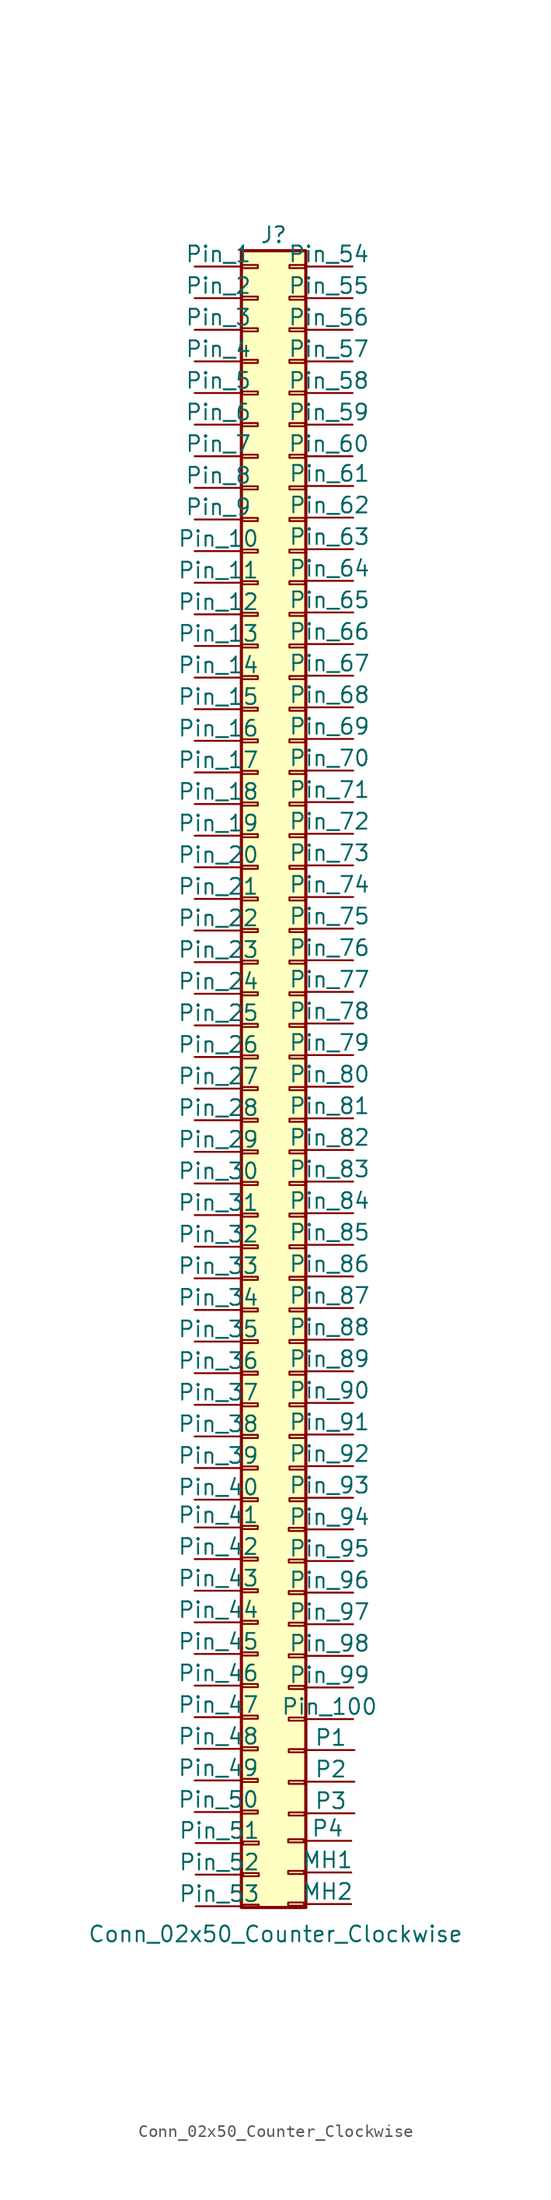
<source format=kicad_sym>
(kicad_symbol_lib
  (version 20211014)
  (generator kicad_symbol_editor)
  (symbol "Conn_02x50_Counter_Clockwise"
    (pin_numbers hide)
    (pin_names
      (offset 0))
    (property "Reference" "J"
      (at 1.27 50.8 0)
      (effects (font (size 1.27 1.27))))
    (property "Value" "Conn_02x50_Counter_Clockwise"
      (at 1.422 -85.7 0)
      (effects (font (size 1.27 1.27))))
    (symbol "Conn_02x50_Counter_Clockwise_1_1"
      (rectangle (start -1.321 49.53) (end 3.861 -83.566) (stroke (width 0.254) (type default) (color 0 0 0 0)) (fill (type background)))
      (rectangle (start -1.27 -75.768) (end 0 -76.022) (stroke (width 0.152) (type default) (color 0 0 0 0)) (fill (type none)))
      (rectangle (start -1.27 -73.228) (end 0 -73.482) (stroke (width 0.152) (type default) (color 0 0 0 0)) (fill (type none)))
      (rectangle (start -1.27 -70.688) (end 0 -70.942) (stroke (width 0.152) (type default) (color 0 0 0 0)) (fill (type none)))
      (rectangle (start -1.27 -68.148) (end 0 -68.402) (stroke (width 0.152) (type default) (color 0 0 0 0)) (fill (type none)))
      (rectangle (start -1.27 -65.608) (end 0 -65.862) (stroke (width 0.152) (type default) (color 0 0 0 0)) (fill (type none)))
      (rectangle (start -1.27 -63.068) (end 0 -63.322) (stroke (width 0.152) (type default) (color 0 0 0 0)) (fill (type none)))
      (rectangle (start -1.27 -60.528) (end 0 -60.782) (stroke (width 0.152) (type default) (color 0 0 0 0)) (fill (type none)))
      (rectangle (start -1.27 -57.988) (end 0 -58.242) (stroke (width 0.152) (type default) (color 0 0 0 0)) (fill (type none)))
      (rectangle (start -1.27 -55.448) (end 0 -55.702) (stroke (width 0.152) (type default) (color 0 0 0 0)) (fill (type none)))
      (rectangle (start -1.27 -52.908) (end 0 -53.162) (stroke (width 0.152) (type default) (color 0 0 0 0)) (fill (type none)))
      (rectangle (start -1.27 -50.673) (end 0 -50.927) (stroke (width 0.152) (type default) (color 0 0 0 0)) (fill (type none)))
      (rectangle (start -1.27 -48.133) (end 0 -48.387) (stroke (width 0.152) (type default) (color 0 0 0 0)) (fill (type none)))
      (rectangle (start -1.27 -45.593) (end 0 -45.847) (stroke (width 0.152) (type default) (color 0 0 0 0)) (fill (type none)))
      (rectangle (start -1.27 -43.053) (end 0 -43.307) (stroke (width 0.152) (type default) (color 0 0 0 0)) (fill (type none)))
      (rectangle (start -1.27 -40.513) (end 0 -40.767) (stroke (width 0.152) (type default) (color 0 0 0 0)) (fill (type none)))
      (rectangle (start -1.27 -37.973) (end 0 -38.227) (stroke (width 0.152) (type default) (color 0 0 0 0)) (fill (type none)))
      (rectangle (start -1.27 -35.433) (end 0 -35.687) (stroke (width 0.152) (type default) (color 0 0 0 0)) (fill (type none)))
      (rectangle (start -1.27 -32.893) (end 0 -33.147) (stroke (width 0.152) (type default) (color 0 0 0 0)) (fill (type none)))
      (rectangle (start -1.27 -30.353) (end 0 -30.607) (stroke (width 0.152) (type default) (color 0 0 0 0)) (fill (type none)))
      (rectangle (start -1.27 -27.813) (end 0 -28.067) (stroke (width 0.152) (type default) (color 0 0 0 0)) (fill (type none)))
      (rectangle (start -1.27 -25.273) (end 0 -25.527) (stroke (width 0.152) (type default) (color 0 0 0 0)) (fill (type none)))
      (rectangle (start -1.27 -22.733) (end 0 -22.987) (stroke (width 0.152) (type default) (color 0 0 0 0)) (fill (type none)))
      (rectangle (start -1.27 -20.193) (end 0 -20.447) (stroke (width 0.152) (type default) (color 0 0 0 0)) (fill (type none)))
      (rectangle (start -1.27 -17.653) (end 0 -17.907) (stroke (width 0.152) (type default) (color 0 0 0 0)) (fill (type none)))
      (rectangle (start -1.27 -15.113) (end 0 -15.367) (stroke (width 0.152) (type default) (color 0 0 0 0)) (fill (type none)))
      (rectangle (start -1.27 -12.573) (end 0 -12.827) (stroke (width 0.152) (type default) (color 0 0 0 0)) (fill (type none)))
      (rectangle (start -1.27 -10.033) (end 0 -10.287) (stroke (width 0.152) (type default) (color 0 0 0 0)) (fill (type none)))
      (rectangle (start -1.27 -7.493) (end 0 -7.747) (stroke (width 0.152) (type default) (color 0 0 0 0)) (fill (type none)))
      (rectangle (start -1.27 -4.953) (end 0 -5.207) (stroke (width 0.152) (type default) (color 0 0 0 0)) (fill (type none)))
      (rectangle (start -1.27 -2.413) (end 0 -2.667) (stroke (width 0.152) (type default) (color 0 0 0 0)) (fill (type none)))
      (rectangle (start -1.27 0.127) (end 0 -0.127) (stroke (width 0.152) (type default) (color 0 0 0 0)) (fill (type none)))
      (rectangle (start -1.27 2.667) (end 0 2.413) (stroke (width 0.152) (type default) (color 0 0 0 0)) (fill (type none)))
      (rectangle (start -1.27 5.207) (end 0 4.953) (stroke (width 0.152) (type default) (color 0 0 0 0)) (fill (type none)))
      (rectangle (start -1.27 7.747) (end 0 7.493) (stroke (width 0.152) (type default) (color 0 0 0 0)) (fill (type none)))
      (rectangle (start -1.27 10.287) (end 0 10.033) (stroke (width 0.152) (type default) (color 0 0 0 0)) (fill (type none)))
      (rectangle (start -1.27 12.827) (end 0 12.573) (stroke (width 0.152) (type default) (color 0 0 0 0)) (fill (type none)))
      (rectangle (start -1.27 15.367) (end 0 15.113) (stroke (width 0.152) (type default) (color 0 0 0 0)) (fill (type none)))
      (rectangle (start -1.27 17.907) (end 0 17.653) (stroke (width 0.152) (type default) (color 0 0 0 0)) (fill (type none)))
      (rectangle (start -1.27 20.447) (end 0 20.193) (stroke (width 0.152) (type default) (color 0 0 0 0)) (fill (type none)))
      (rectangle (start -1.27 22.987) (end 0 22.733) (stroke (width 0.152) (type default) (color 0 0 0 0)) (fill (type none)))
      (rectangle (start -1.27 25.527) (end 0 25.273) (stroke (width 0.152) (type default) (color 0 0 0 0)) (fill (type none)))
      (rectangle (start -1.27 28.067) (end 0 27.813) (stroke (width 0.152) (type default) (color 0 0 0 0)) (fill (type none)))
      (rectangle (start -1.27 30.607) (end 0 30.353) (stroke (width 0.152) (type default) (color 0 0 0 0)) (fill (type none)))
      (rectangle (start -1.27 33.147) (end 0 32.893) (stroke (width 0.152) (type default) (color 0 0 0 0)) (fill (type none)))
      (rectangle (start -1.27 35.687) (end 0 35.433) (stroke (width 0.152) (type default) (color 0 0 0 0)) (fill (type none)))
      (rectangle (start -1.27 38.227) (end 0 37.973) (stroke (width 0.152) (type default) (color 0 0 0 0)) (fill (type none)))
      (rectangle (start -1.27 40.767) (end 0 40.513) (stroke (width 0.152) (type default) (color 0 0 0 0)) (fill (type none)))
      (rectangle (start -1.27 43.307) (end 0 43.053) (stroke (width 0.152) (type default) (color 0 0 0 0)) (fill (type none)))
      (rectangle (start -1.27 45.847) (end 0 45.593) (stroke (width 0.152) (type default) (color 0 0 0 0)) (fill (type none)))
      (rectangle (start -1.27 48.387) (end 0 48.133) (stroke (width 0.152) (type default) (color 0 0 0 0)) (fill (type none)))
      (rectangle (start -1.194 -83.337) (end 0.076 -83.591) (stroke (width 0.152) (type default) (color 0 0 0 0)) (fill (type none)))
      (rectangle (start -1.194 -80.797) (end 0.076 -81.051) (stroke (width 0.152) (type default) (color 0 0 0 0)) (fill (type none)))
      (rectangle (start -1.194 -78.257) (end 0.076 -78.511) (stroke (width 0.152) (type default) (color 0 0 0 0)) (fill (type none)))
      (rectangle (start 3.708 -83.414) (end 2.438 -83.16) (stroke (width 0.152) (type default) (color 0 0 0 0)) (fill (type none)))
      (rectangle (start 3.708 -80.874) (end 2.438 -80.62) (stroke (width 0.152) (type default) (color 0 0 0 0)) (fill (type none)))
      (rectangle (start 3.708 -78.334) (end 2.438 -78.08) (stroke (width 0.152) (type default) (color 0 0 0 0)) (fill (type none)))
      (rectangle (start 3.759 -76.175) (end 2.489 -75.921) (stroke (width 0.152) (type default) (color 0 0 0 0)) (fill (type none)))
      (rectangle (start 3.759 -73.635) (end 2.489 -73.381) (stroke (width 0.152) (type default) (color 0 0 0 0)) (fill (type none)))
      (rectangle (start 3.759 -71.095) (end 2.489 -70.841) (stroke (width 0.152) (type default) (color 0 0 0 0)) (fill (type none)))
      (rectangle (start 3.759 -68.555) (end 2.489 -68.301) (stroke (width 0.152) (type default) (color 0 0 0 0)) (fill (type none)))
      (rectangle (start 3.759 -66.015) (end 2.489 -65.761) (stroke (width 0.152) (type default) (color 0 0 0 0)) (fill (type none)))
      (rectangle (start 3.759 -63.475) (end 2.489 -63.221) (stroke (width 0.152) (type default) (color 0 0 0 0)) (fill (type none)))
      (rectangle (start 3.759 -60.935) (end 2.489 -60.681) (stroke (width 0.152) (type default) (color 0 0 0 0)) (fill (type none)))
      (rectangle (start 3.759 -58.395) (end 2.489 -58.141) (stroke (width 0.152) (type default) (color 0 0 0 0)) (fill (type none)))
      (rectangle (start 3.759 -55.855) (end 2.489 -55.601) (stroke (width 0.152) (type default) (color 0 0 0 0)) (fill (type none)))
      (rectangle (start 3.759 -53.315) (end 2.489 -53.061) (stroke (width 0.152) (type default) (color 0 0 0 0)) (fill (type none)))
      (rectangle (start 3.81 -50.673) (end 2.54 -50.927) (stroke (width 0.152) (type default) (color 0 0 0 0)) (fill (type none)))
      (rectangle (start 3.81 -48.133) (end 2.54 -48.387) (stroke (width 0.152) (type default) (color 0 0 0 0)) (fill (type none)))
      (rectangle (start 3.81 -45.593) (end 2.54 -45.847) (stroke (width 0.152) (type default) (color 0 0 0 0)) (fill (type none)))
      (rectangle (start 3.81 -43.053) (end 2.54 -43.307) (stroke (width 0.152) (type default) (color 0 0 0 0)) (fill (type none)))
      (rectangle (start 3.81 -40.513) (end 2.54 -40.767) (stroke (width 0.152) (type default) (color 0 0 0 0)) (fill (type none)))
      (rectangle (start 3.81 -37.973) (end 2.54 -38.227) (stroke (width 0.152) (type default) (color 0 0 0 0)) (fill (type none)))
      (rectangle (start 3.81 -35.433) (end 2.54 -35.687) (stroke (width 0.152) (type default) (color 0 0 0 0)) (fill (type none)))
      (rectangle (start 3.81 -32.893) (end 2.54 -33.147) (stroke (width 0.152) (type default) (color 0 0 0 0)) (fill (type none)))
      (rectangle (start 3.81 -30.353) (end 2.54 -30.607) (stroke (width 0.152) (type default) (color 0 0 0 0)) (fill (type none)))
      (rectangle (start 3.81 -27.813) (end 2.54 -28.067) (stroke (width 0.152) (type default) (color 0 0 0 0)) (fill (type none)))
      (rectangle (start 3.81 -25.273) (end 2.54 -25.527) (stroke (width 0.152) (type default) (color 0 0 0 0)) (fill (type none)))
      (rectangle (start 3.81 -22.733) (end 2.54 -22.987) (stroke (width 0.152) (type default) (color 0 0 0 0)) (fill (type none)))
      (rectangle (start 3.81 -20.193) (end 2.54 -20.447) (stroke (width 0.152) (type default) (color 0 0 0 0)) (fill (type none)))
      (rectangle (start 3.81 -17.653) (end 2.54 -17.907) (stroke (width 0.152) (type default) (color 0 0 0 0)) (fill (type none)))
      (rectangle (start 3.81 -15.113) (end 2.54 -15.367) (stroke (width 0.152) (type default) (color 0 0 0 0)) (fill (type none)))
      (rectangle (start 3.81 -12.573) (end 2.54 -12.827) (stroke (width 0.152) (type default) (color 0 0 0 0)) (fill (type none)))
      (rectangle (start 3.81 -10.033) (end 2.54 -10.287) (stroke (width 0.152) (type default) (color 0 0 0 0)) (fill (type none)))
      (rectangle (start 3.81 -7.493) (end 2.54 -7.747) (stroke (width 0.152) (type default) (color 0 0 0 0)) (fill (type none)))
      (rectangle (start 3.81 -4.953) (end 2.54 -5.207) (stroke (width 0.152) (type default) (color 0 0 0 0)) (fill (type none)))
      (rectangle (start 3.81 -2.413) (end 2.54 -2.667) (stroke (width 0.152) (type default) (color 0 0 0 0)) (fill (type none)))
      (rectangle (start 3.81 0.127) (end 2.54 -0.127) (stroke (width 0.152) (type default) (color 0 0 0 0)) (fill (type none)))
      (rectangle (start 3.81 2.667) (end 2.54 2.413) (stroke (width 0.152) (type default) (color 0 0 0 0)) (fill (type none)))
      (rectangle (start 3.81 5.207) (end 2.54 4.953) (stroke (width 0.152) (type default) (color 0 0 0 0)) (fill (type none)))
      (rectangle (start 3.81 7.747) (end 2.54 7.493) (stroke (width 0.152) (type default) (color 0 0 0 0)) (fill (type none)))
      (rectangle (start 3.81 10.287) (end 2.54 10.033) (stroke (width 0.152) (type default) (color 0 0 0 0)) (fill (type none)))
      (rectangle (start 3.81 12.827) (end 2.54 12.573) (stroke (width 0.152) (type default) (color 0 0 0 0)) (fill (type none)))
      (rectangle (start 3.81 15.367) (end 2.54 15.113) (stroke (width 0.152) (type default) (color 0 0 0 0)) (fill (type none)))
      (rectangle (start 3.81 17.907) (end 2.54 17.653) (stroke (width 0.152) (type default) (color 0 0 0 0)) (fill (type none)))
      (rectangle (start 3.81 20.447) (end 2.54 20.193) (stroke (width 0.152) (type default) (color 0 0 0 0)) (fill (type none)))
      (rectangle (start 3.81 22.987) (end 2.54 22.733) (stroke (width 0.152) (type default) (color 0 0 0 0)) (fill (type none)))
      (rectangle (start 3.81 25.527) (end 2.54 25.273) (stroke (width 0.152) (type default) (color 0 0 0 0)) (fill (type none)))
      (rectangle (start 3.81 28.067) (end 2.54 27.813) (stroke (width 0.152) (type default) (color 0 0 0 0)) (fill (type none)))
      (rectangle (start 3.81 30.607) (end 2.54 30.353) (stroke (width 0.152) (type default) (color 0 0 0 0)) (fill (type none)))
      (rectangle (start 3.81 33.147) (end 2.54 32.893) (stroke (width 0.152) (type default) (color 0 0 0 0)) (fill (type none)))
      (rectangle (start 3.81 35.687) (end 2.54 35.433) (stroke (width 0.152) (type default) (color 0 0 0 0)) (fill (type none)))
      (rectangle (start 3.81 38.227) (end 2.54 37.973) (stroke (width 0.152) (type default) (color 0 0 0 0)) (fill (type none)))
      (rectangle (start 3.81 40.767) (end 2.54 40.513) (stroke (width 0.152) (type default) (color 0 0 0 0)) (fill (type none)))
      (rectangle (start 3.81 43.307) (end 2.54 43.053) (stroke (width 0.152) (type default) (color 0 0 0 0)) (fill (type none)))
      (rectangle (start 3.81 45.847) (end 2.54 45.593) (stroke (width 0.152) (type default) (color 0 0 0 0)) (fill (type none)))
      (rectangle (start 3.81 48.387) (end 2.54 48.133) (stroke (width 0.152) (type default) (color 0 0 0 0)) (fill (type none)))
      (pin passive line (at -5.08 48.26 0) (length 3.81) (name "Pin_1" (effects (font (size 1.27 1.27)))) (number "1" (effects (font (size 1.27 1.27)))))
      (pin passive line (at -5.08 25.4 0) (length 3.81) (name "Pin_10" (effects (font (size 1.27 1.27)))) (number "10" (effects (font (size 1.27 1.27)))))
      (pin passive line (at 7.671 -68.428 180) (length 3.81) (name "Pin_100" (effects (font (size 1.27 1.27)))) (number "100" (effects (font (size 1.27 1.27)))))
      (pin passive line (at 7.772 -70.917 180) (length 3.81) (name "P1" (effects (font (size 1.27 1.27)))) (number "101" (effects (font (size 1.27 1.27)))))
      (pin passive line (at 7.772 -73.457 180) (length 3.81) (name "P2" (effects (font (size 1.27 1.27)))) (number "102" (effects (font (size 1.27 1.27)))))
      (pin passive line (at 7.772 -75.997 180) (length 3.81) (name "P3" (effects (font (size 1.27 1.27)))) (number "103" (effects (font (size 1.27 1.27)))))
      (pin passive line (at 7.518 -78.207 180) (length 3.81) (name "P4" (effects (font (size 1.27 1.27)))) (number "104" (effects (font (size 1.27 1.27)))))
      (pin passive line (at 7.518 -80.747 180) (length 3.81) (name "MH1" (effects (font (size 1.27 1.27)))) (number "105" (effects (font (size 1.27 1.27)))))
      (pin passive line (at 7.518 -83.287 180) (length 3.81) (name "MH2" (effects (font (size 1.27 1.27)))) (number "106" (effects (font (size 1.27 1.27)))))
      (pin passive line (at -5.08 22.86 0) (length 3.81) (name "Pin_11" (effects (font (size 1.27 1.27)))) (number "11" (effects (font (size 1.27 1.27)))))
      (pin passive line (at -5.08 20.32 0) (length 3.81) (name "Pin_12" (effects (font (size 1.27 1.27)))) (number "12" (effects (font (size 1.27 1.27)))))
      (pin passive line (at -5.08 17.78 0) (length 3.81) (name "Pin_13" (effects (font (size 1.27 1.27)))) (number "13" (effects (font (size 1.27 1.27)))))
      (pin passive line (at -5.08 15.24 0) (length 3.81) (name "Pin_14" (effects (font (size 1.27 1.27)))) (number "14" (effects (font (size 1.27 1.27)))))
      (pin passive line (at -5.08 12.7 0) (length 3.81) (name "Pin_15" (effects (font (size 1.27 1.27)))) (number "15" (effects (font (size 1.27 1.27)))))
      (pin passive line (at -5.08 10.16 0) (length 3.81) (name "Pin_16" (effects (font (size 1.27 1.27)))) (number "16" (effects (font (size 1.27 1.27)))))
      (pin passive line (at -5.08 7.62 0) (length 3.81) (name "Pin_17" (effects (font (size 1.27 1.27)))) (number "17" (effects (font (size 1.27 1.27)))))
      (pin passive line (at -5.08 5.08 0) (length 3.81) (name "Pin_18" (effects (font (size 1.27 1.27)))) (number "18" (effects (font (size 1.27 1.27)))))
      (pin passive line (at -5.08 2.54 0) (length 3.81) (name "Pin_19" (effects (font (size 1.27 1.27)))) (number "19" (effects (font (size 1.27 1.27)))))
      (pin passive line (at -5.08 45.72 0) (length 3.81) (name "Pin_2" (effects (font (size 1.27 1.27)))) (number "2" (effects (font (size 1.27 1.27)))))
      (pin passive line (at -5.08 0 0) (length 3.81) (name "Pin_20" (effects (font (size 1.27 1.27)))) (number "20" (effects (font (size 1.27 1.27)))))
      (pin passive line (at -5.08 -2.54 0) (length 3.81) (name "Pin_21" (effects (font (size 1.27 1.27)))) (number "21" (effects (font (size 1.27 1.27)))))
      (pin passive line (at -5.08 -5.08 0) (length 3.81) (name "Pin_22" (effects (font (size 1.27 1.27)))) (number "22" (effects (font (size 1.27 1.27)))))
      (pin passive line (at -5.08 -7.62 0) (length 3.81) (name "Pin_23" (effects (font (size 1.27 1.27)))) (number "23" (effects (font (size 1.27 1.27)))))
      (pin passive line (at -5.08 -10.16 0) (length 3.81) (name "Pin_24" (effects (font (size 1.27 1.27)))) (number "24" (effects (font (size 1.27 1.27)))))
      (pin passive line (at -5.08 -12.7 0) (length 3.81) (name "Pin_25" (effects (font (size 1.27 1.27)))) (number "25" (effects (font (size 1.27 1.27)))))
      (pin passive line (at -5.08 -15.24 0) (length 3.81) (name "Pin_26" (effects (font (size 1.27 1.27)))) (number "26" (effects (font (size 1.27 1.27)))))
      (pin passive line (at -5.08 -17.78 0) (length 3.81) (name "Pin_27" (effects (font (size 1.27 1.27)))) (number "27" (effects (font (size 1.27 1.27)))))
      (pin passive line (at -5.08 -20.32 0) (length 3.81) (name "Pin_28" (effects (font (size 1.27 1.27)))) (number "28" (effects (font (size 1.27 1.27)))))
      (pin passive line (at -5.08 -22.86 0) (length 3.81) (name "Pin_29" (effects (font (size 1.27 1.27)))) (number "29" (effects (font (size 1.27 1.27)))))
      (pin passive line (at -5.08 43.18 0) (length 3.81) (name "Pin_3" (effects (font (size 1.27 1.27)))) (number "3" (effects (font (size 1.27 1.27)))))
      (pin passive line (at -5.08 -25.4 0) (length 3.81) (name "Pin_30" (effects (font (size 1.27 1.27)))) (number "30" (effects (font (size 1.27 1.27)))))
      (pin passive line (at -5.08 -27.94 0) (length 3.81) (name "Pin_31" (effects (font (size 1.27 1.27)))) (number "31" (effects (font (size 1.27 1.27)))))
      (pin passive line (at -5.08 -30.48 0) (length 3.81) (name "Pin_32" (effects (font (size 1.27 1.27)))) (number "32" (effects (font (size 1.27 1.27)))))
      (pin passive line (at -5.08 -33.02 0) (length 3.81) (name "Pin_33" (effects (font (size 1.27 1.27)))) (number "33" (effects (font (size 1.27 1.27)))))
      (pin passive line (at -5.08 -35.56 0) (length 3.81) (name "Pin_34" (effects (font (size 1.27 1.27)))) (number "34" (effects (font (size 1.27 1.27)))))
      (pin passive line (at -5.08 -38.1 0) (length 3.81) (name "Pin_35" (effects (font (size 1.27 1.27)))) (number "35" (effects (font (size 1.27 1.27)))))
      (pin passive line (at -5.08 -40.64 0) (length 3.81) (name "Pin_36" (effects (font (size 1.27 1.27)))) (number "36" (effects (font (size 1.27 1.27)))))
      (pin passive line (at -5.08 -43.18 0) (length 3.81) (name "Pin_37" (effects (font (size 1.27 1.27)))) (number "37" (effects (font (size 1.27 1.27)))))
      (pin passive line (at -5.08 -45.72 0) (length 3.81) (name "Pin_38" (effects (font (size 1.27 1.27)))) (number "38" (effects (font (size 1.27 1.27)))))
      (pin passive line (at -5.08 -48.26 0) (length 3.81) (name "Pin_39" (effects (font (size 1.27 1.27)))) (number "39" (effects (font (size 1.27 1.27)))))
      (pin passive line (at -5.08 40.64 0) (length 3.81) (name "Pin_4" (effects (font (size 1.27 1.27)))) (number "4" (effects (font (size 1.27 1.27)))))
      (pin passive line (at -5.08 -50.8 0) (length 3.81) (name "Pin_40" (effects (font (size 1.27 1.27)))) (number "40" (effects (font (size 1.27 1.27)))))
      (pin passive line (at -5.08 -53.035 0) (length 3.81) (name "Pin_41" (effects (font (size 1.27 1.27)))) (number "41" (effects (font (size 1.27 1.27)))))
      (pin passive line (at -5.08 -55.575 0) (length 3.81) (name "Pin_42" (effects (font (size 1.27 1.27)))) (number "42" (effects (font (size 1.27 1.27)))))
      (pin passive line (at -5.08 -58.115 0) (length 3.81) (name "Pin_43" (effects (font (size 1.27 1.27)))) (number "43" (effects (font (size 1.27 1.27)))))
      (pin passive line (at -5.08 -60.655 0) (length 3.81) (name "Pin_44" (effects (font (size 1.27 1.27)))) (number "44" (effects (font (size 1.27 1.27)))))
      (pin passive line (at -5.08 -63.195 0) (length 3.81) (name "Pin_45" (effects (font (size 1.27 1.27)))) (number "45" (effects (font (size 1.27 1.27)))))
      (pin passive line (at -5.08 -65.735 0) (length 3.81) (name "Pin_46" (effects (font (size 1.27 1.27)))) (number "46" (effects (font (size 1.27 1.27)))))
      (pin passive line (at -5.08 -68.275 0) (length 3.81) (name "Pin_47" (effects (font (size 1.27 1.27)))) (number "47" (effects (font (size 1.27 1.27)))))
      (pin passive line (at -5.08 -70.815 0) (length 3.81) (name "Pin_48" (effects (font (size 1.27 1.27)))) (number "48" (effects (font (size 1.27 1.27)))))
      (pin passive line (at -5.08 -73.355 0) (length 3.81) (name "Pin_49" (effects (font (size 1.27 1.27)))) (number "49" (effects (font (size 1.27 1.27)))))
      (pin passive line (at -5.08 38.1 0) (length 3.81) (name "Pin_5" (effects (font (size 1.27 1.27)))) (number "5" (effects (font (size 1.27 1.27)))))
      (pin passive line (at -5.08 -75.895 0) (length 3.81) (name "Pin_50" (effects (font (size 1.27 1.27)))) (number "50" (effects (font (size 1.27 1.27)))))
      (pin passive line (at -5.004 -78.384 0) (length 3.81) (name "Pin_51" (effects (font (size 1.27 1.27)))) (number "51" (effects (font (size 1.27 1.27)))))
      (pin passive line (at -5.004 -80.924 0) (length 3.81) (name "Pin_52" (effects (font (size 1.27 1.27)))) (number "52" (effects (font (size 1.27 1.27)))))
      (pin passive line (at -5.004 -83.464 0) (length 3.81) (name "Pin_53" (effects (font (size 1.27 1.27)))) (number "53" (effects (font (size 1.27 1.27)))))
      (pin passive line (at 7.62 48.26 180) (length 3.81) (name "Pin_54" (effects (font (size 1.27 1.27)))) (number "54" (effects (font (size 1.27 1.27)))))
      (pin passive line (at 7.62 45.72 180) (length 3.81) (name "Pin_55" (effects (font (size 1.27 1.27)))) (number "55" (effects (font (size 1.27 1.27)))))
      (pin passive line (at 7.62 43.18 180) (length 3.81) (name "Pin_56" (effects (font (size 1.27 1.27)))) (number "56" (effects (font (size 1.27 1.27)))))
      (pin passive line (at 7.62 40.64 180) (length 3.81) (name "Pin_57" (effects (font (size 1.27 1.27)))) (number "57" (effects (font (size 1.27 1.27)))))
      (pin passive line (at 7.62 38.1 180) (length 3.81) (name "Pin_58" (effects (font (size 1.27 1.27)))) (number "58" (effects (font (size 1.27 1.27)))))
      (pin passive line (at 7.62 35.56 180) (length 3.81) (name "Pin_59" (effects (font (size 1.27 1.27)))) (number "59" (effects (font (size 1.27 1.27)))))
      (pin passive line (at -5.08 35.56 0) (length 3.81) (name "Pin_6" (effects (font (size 1.27 1.27)))) (number "6" (effects (font (size 1.27 1.27)))))
      (pin passive line (at 7.62 33.02 180) (length 3.81) (name "Pin_60" (effects (font (size 1.27 1.27)))) (number "60" (effects (font (size 1.27 1.27)))))
      (pin passive line (at 7.671 30.632 180) (length 3.81) (name "Pin_61" (effects (font (size 1.27 1.27)))) (number "61" (effects (font (size 1.27 1.27)))))
      (pin passive line (at 7.671 28.092 180) (length 3.81) (name "Pin_62" (effects (font (size 1.27 1.27)))) (number "62" (effects (font (size 1.27 1.27)))))
      (pin passive line (at 7.671 25.552 180) (length 3.81) (name "Pin_63" (effects (font (size 1.27 1.27)))) (number "63" (effects (font (size 1.27 1.27)))))
      (pin passive line (at 7.671 23.012 180) (length 3.81) (name "Pin_64" (effects (font (size 1.27 1.27)))) (number "64" (effects (font (size 1.27 1.27)))))
      (pin passive line (at 7.671 20.472 180) (length 3.81) (name "Pin_65" (effects (font (size 1.27 1.27)))) (number "65" (effects (font (size 1.27 1.27)))))
      (pin passive line (at 7.671 17.932 180) (length 3.81) (name "Pin_66" (effects (font (size 1.27 1.27)))) (number "66" (effects (font (size 1.27 1.27)))))
      (pin passive line (at 7.671 15.392 180) (length 3.81) (name "Pin_67" (effects (font (size 1.27 1.27)))) (number "67" (effects (font (size 1.27 1.27)))))
      (pin passive line (at 7.671 12.852 180) (length 3.81) (name "Pin_68" (effects (font (size 1.27 1.27)))) (number "68" (effects (font (size 1.27 1.27)))))
      (pin passive line (at 7.671 10.312 180) (length 3.81) (name "Pin_69" (effects (font (size 1.27 1.27)))) (number "69" (effects (font (size 1.27 1.27)))))
      (pin passive line (at -5.08 33.02 0) (length 3.81) (name "Pin_7" (effects (font (size 1.27 1.27)))) (number "7" (effects (font (size 1.27 1.27)))))
      (pin passive line (at 7.671 7.772 180) (length 3.81) (name "Pin_70" (effects (font (size 1.27 1.27)))) (number "70" (effects (font (size 1.27 1.27)))))
      (pin passive line (at 7.671 5.232 180) (length 3.81) (name "Pin_71" (effects (font (size 1.27 1.27)))) (number "71" (effects (font (size 1.27 1.27)))))
      (pin passive line (at 7.671 2.692 180) (length 3.81) (name "Pin_72" (effects (font (size 1.27 1.27)))) (number "72" (effects (font (size 1.27 1.27)))))
      (pin passive line (at 7.671 0.152 180) (length 3.81) (name "Pin_73" (effects (font (size 1.27 1.27)))) (number "73" (effects (font (size 1.27 1.27)))))
      (pin passive line (at 7.671 -2.388 180) (length 3.81) (name "Pin_74" (effects (font (size 1.27 1.27)))) (number "74" (effects (font (size 1.27 1.27)))))
      (pin passive line (at 7.671 -4.928 180) (length 3.81) (name "Pin_75" (effects (font (size 1.27 1.27)))) (number "75" (effects (font (size 1.27 1.27)))))
      (pin passive line (at 7.671 -7.468 180) (length 3.81) (name "Pin_76" (effects (font (size 1.27 1.27)))) (number "76" (effects (font (size 1.27 1.27)))))
      (pin passive line (at 7.671 -10.008 180) (length 3.81) (name "Pin_77" (effects (font (size 1.27 1.27)))) (number "77" (effects (font (size 1.27 1.27)))))
      (pin passive line (at 7.671 -12.548 180) (length 3.81) (name "Pin_78" (effects (font (size 1.27 1.27)))) (number "78" (effects (font (size 1.27 1.27)))))
      (pin passive line (at 7.671 -15.088 180) (length 3.81) (name "Pin_79" (effects (font (size 1.27 1.27)))) (number "79" (effects (font (size 1.27 1.27)))))
      (pin passive line (at -5.08 30.48 0) (length 3.81) (name "Pin_8" (effects (font (size 1.27 1.27)))) (number "8" (effects (font (size 1.27 1.27)))))
      (pin passive line (at 7.671 -17.628 180) (length 3.81) (name "Pin_80" (effects (font (size 1.27 1.27)))) (number "80" (effects (font (size 1.27 1.27)))))
      (pin passive line (at 7.671 -20.168 180) (length 3.81) (name "Pin_81" (effects (font (size 1.27 1.27)))) (number "81" (effects (font (size 1.27 1.27)))))
      (pin passive line (at 7.671 -22.708 180) (length 3.81) (name "Pin_82" (effects (font (size 1.27 1.27)))) (number "82" (effects (font (size 1.27 1.27)))))
      (pin passive line (at 7.671 -25.248 180) (length 3.81) (name "Pin_83" (effects (font (size 1.27 1.27)))) (number "83" (effects (font (size 1.27 1.27)))))
      (pin passive line (at 7.671 -27.788 180) (length 3.81) (name "Pin_84" (effects (font (size 1.27 1.27)))) (number "84" (effects (font (size 1.27 1.27)))))
      (pin passive line (at 7.671 -30.328 180) (length 3.81) (name "Pin_85" (effects (font (size 1.27 1.27)))) (number "85" (effects (font (size 1.27 1.27)))))
      (pin passive line (at 7.671 -32.868 180) (length 3.81) (name "Pin_86" (effects (font (size 1.27 1.27)))) (number "86" (effects (font (size 1.27 1.27)))))
      (pin passive line (at 7.671 -35.408 180) (length 3.81) (name "Pin_87" (effects (font (size 1.27 1.27)))) (number "87" (effects (font (size 1.27 1.27)))))
      (pin passive line (at 7.671 -37.948 180) (length 3.81) (name "Pin_88" (effects (font (size 1.27 1.27)))) (number "88" (effects (font (size 1.27 1.27)))))
      (pin passive line (at 7.671 -40.488 180) (length 3.81) (name "Pin_89" (effects (font (size 1.27 1.27)))) (number "89" (effects (font (size 1.27 1.27)))))
      (pin passive line (at -5.08 27.94 0) (length 3.81) (name "Pin_9" (effects (font (size 1.27 1.27)))) (number "9" (effects (font (size 1.27 1.27)))))
      (pin passive line (at 7.671 -43.028 180) (length 3.81) (name "Pin_90" (effects (font (size 1.27 1.27)))) (number "90" (effects (font (size 1.27 1.27)))))
      (pin passive line (at 7.671 -45.568 180) (length 3.81) (name "Pin_91" (effects (font (size 1.27 1.27)))) (number "91" (effects (font (size 1.27 1.27)))))
      (pin passive line (at 7.671 -48.108 180) (length 3.81) (name "Pin_92" (effects (font (size 1.27 1.27)))) (number "92" (effects (font (size 1.27 1.27)))))
      (pin passive line (at 7.671 -50.648 180) (length 3.81) (name "Pin_93" (effects (font (size 1.27 1.27)))) (number "93" (effects (font (size 1.27 1.27)))))
      (pin passive line (at 7.671 -53.188 180) (length 3.81) (name "Pin_94" (effects (font (size 1.27 1.27)))) (number "94" (effects (font (size 1.27 1.27)))))
      (pin passive line (at 7.671 -55.728 180) (length 3.81) (name "Pin_95" (effects (font (size 1.27 1.27)))) (number "95" (effects (font (size 1.27 1.27)))))
      (pin passive line (at 7.671 -58.268 180) (length 3.81) (name "Pin_96" (effects (font (size 1.27 1.27)))) (number "96" (effects (font (size 1.27 1.27)))))
      (pin passive line (at 7.671 -60.808 180) (length 3.81) (name "Pin_97" (effects (font (size 1.27 1.27)))) (number "97" (effects (font (size 1.27 1.27)))))
      (pin passive line (at 7.671 -63.348 180) (length 3.81) (name "Pin_98" (effects (font (size 1.27 1.27)))) (number "98" (effects (font (size 1.27 1.27)))))
      (pin passive line (at 7.671 -65.888 180) (length 3.81) (name "Pin_99" (effects (font (size 1.27 1.27)))) (number "99" (effects (font (size 1.27 1.27))))))))
</source>
